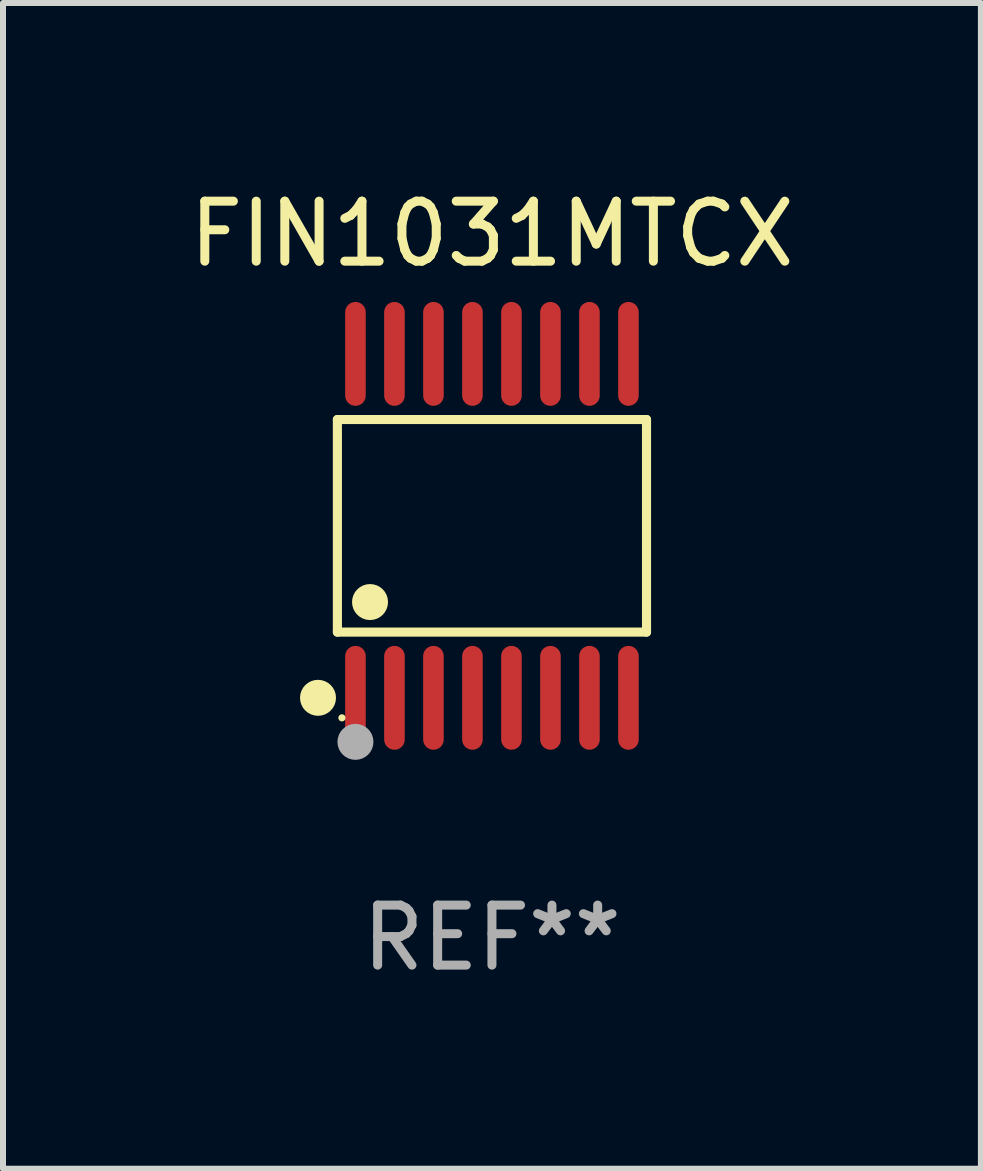
<source format=kicad_pcb>
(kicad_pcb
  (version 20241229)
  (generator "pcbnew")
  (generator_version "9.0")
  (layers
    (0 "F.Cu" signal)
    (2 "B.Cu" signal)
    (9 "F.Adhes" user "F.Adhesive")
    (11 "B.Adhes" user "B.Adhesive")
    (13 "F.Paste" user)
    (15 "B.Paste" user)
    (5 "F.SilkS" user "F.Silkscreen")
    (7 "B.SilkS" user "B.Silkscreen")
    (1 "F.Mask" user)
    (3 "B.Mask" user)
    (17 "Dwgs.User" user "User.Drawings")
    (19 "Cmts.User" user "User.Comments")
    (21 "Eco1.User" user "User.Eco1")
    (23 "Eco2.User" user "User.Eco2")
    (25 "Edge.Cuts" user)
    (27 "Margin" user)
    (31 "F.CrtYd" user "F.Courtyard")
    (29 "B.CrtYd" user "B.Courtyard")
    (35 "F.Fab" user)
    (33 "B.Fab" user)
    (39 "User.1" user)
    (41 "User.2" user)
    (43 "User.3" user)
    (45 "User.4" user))
  (footprint "FIN1031MTCX"
    (layer "F.Cu")
    (at 5.149 5.714)
    (property "Reference" "FIN1031MTCX" (at 0 -4.866 0) (layer "F.SilkS") (effects (font (size 1 1) (thickness 0.15))))
    (attr through_hole)
    (fp_line (start -2.576 -1.772) (end 2.576 -1.772) (stroke (width 0.152) (type solid)) (layer "F.SilkS"))
    (fp_line (start -2.576 1.771) (end -2.576 -1.772) (stroke (width 0.152) (type solid)) (layer "F.SilkS"))
    (fp_line (start 2.576 -1.772) (end 2.576 1.771) (stroke (width 0.152) (type solid)) (layer "F.SilkS"))
    (fp_line (start 2.576 1.771) (end -2.576 1.771) (stroke (width 0.152) (type solid)) (layer "F.SilkS"))
    (fp_circle (center -2.899 2.866) (end -2.749 2.866) (stroke (width 0.3) (type solid)) (fill no) (layer "F.SilkS"))
    (fp_circle (center -2.5 3.2) (end -2.47 3.2) (stroke (width 0.06) (type solid)) (fill no) (layer "F.SilkS"))
    (fp_circle (center -2.032 1.27) (end -1.882 1.27) (stroke (width 0.3) (type solid)) (fill no) (layer "F.SilkS"))
    (fp_circle (center -2.275 3.6) (end -2.125 3.6) (stroke (width 0.3) (type solid)) (fill no) (layer "F.Fab"))
    (fp_text user "REF**" (at 0 6.866 0) (layer "F.Fab") (effects (font (size 1 1) (thickness 0.15))))
    (pad "1" smd oval (at -2.275 2.866) (size 0.343 1.731) (layers "F.Cu" "F.Mask" "F.Paste"))
    (pad "2" smd oval (at -1.625 2.866) (size 0.343 1.731) (layers "F.Cu" "F.Mask" "F.Paste"))
    (pad "3" smd oval (at -0.975 2.866) (size 0.343 1.731) (layers "F.Cu" "F.Mask" "F.Paste"))
    (pad "4" smd oval (at -0.325 2.866) (size 0.343 1.731) (layers "F.Cu" "F.Mask" "F.Paste"))
    (pad "5" smd oval (at 0.325 2.866) (size 0.343 1.731) (layers "F.Cu" "F.Mask" "F.Paste"))
    (pad "6" smd oval (at 0.975 2.866) (size 0.343 1.731) (layers "F.Cu" "F.Mask" "F.Paste"))
    (pad "7" smd oval (at 1.625 2.866) (size 0.343 1.731) (layers "F.Cu" "F.Mask" "F.Paste"))
    (pad "8" smd oval (at 2.275 2.866) (size 0.343 1.731) (layers "F.Cu" "F.Mask" "F.Paste"))
    (pad "9" smd oval (at 2.275 -2.866) (size 0.343 1.731) (layers "F.Cu" "F.Mask" "F.Paste"))
    (pad "10" smd oval (at 1.625 -2.866) (size 0.343 1.731) (layers "F.Cu" "F.Mask" "F.Paste"))
    (pad "11" smd oval (at 0.975 -2.866) (size 0.343 1.731) (layers "F.Cu" "F.Mask" "F.Paste"))
    (pad "12" smd oval (at 0.325 -2.866) (size 0.343 1.731) (layers "F.Cu" "F.Mask" "F.Paste"))
    (pad "13" smd oval (at -0.325 -2.866) (size 0.343 1.731) (layers "F.Cu" "F.Mask" "F.Paste"))
    (pad "14" smd oval (at -0.975 -2.866) (size 0.343 1.731) (layers "F.Cu" "F.Mask" "F.Paste"))
    (pad "15" smd oval (at -1.625 -2.866) (size 0.343 1.731) (layers "F.Cu" "F.Mask" "F.Paste"))
    (pad "16" smd oval (at -2.275 -2.866) (size 0.343 1.731) (layers "F.Cu" "F.Mask" "F.Paste")))
  (gr_rect
    (start -3 -3)
    (end 13.298 16.428)
    (stroke (width 0.1) (type default))
    (fill no)
    (layer "Edge.Cuts")))
</source>
